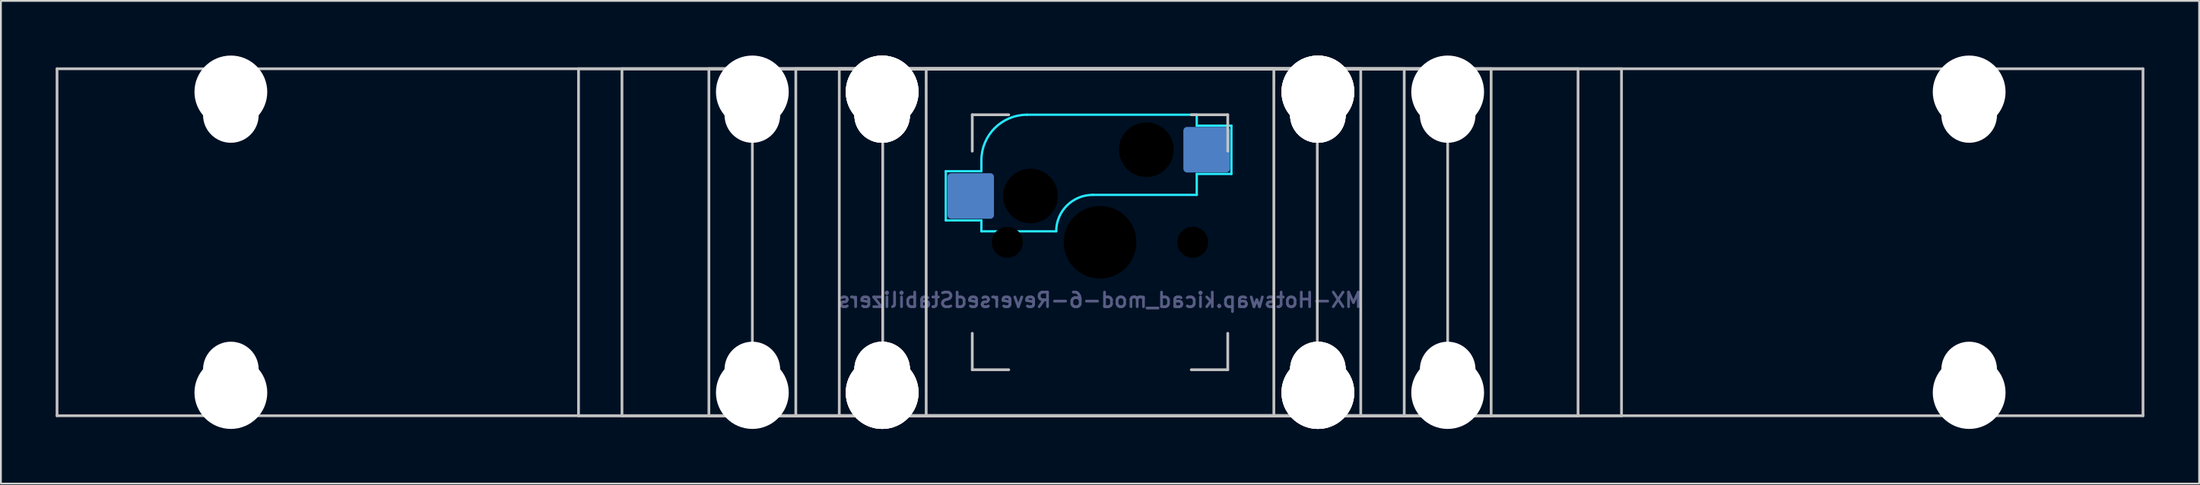
<source format=kicad_pcb>
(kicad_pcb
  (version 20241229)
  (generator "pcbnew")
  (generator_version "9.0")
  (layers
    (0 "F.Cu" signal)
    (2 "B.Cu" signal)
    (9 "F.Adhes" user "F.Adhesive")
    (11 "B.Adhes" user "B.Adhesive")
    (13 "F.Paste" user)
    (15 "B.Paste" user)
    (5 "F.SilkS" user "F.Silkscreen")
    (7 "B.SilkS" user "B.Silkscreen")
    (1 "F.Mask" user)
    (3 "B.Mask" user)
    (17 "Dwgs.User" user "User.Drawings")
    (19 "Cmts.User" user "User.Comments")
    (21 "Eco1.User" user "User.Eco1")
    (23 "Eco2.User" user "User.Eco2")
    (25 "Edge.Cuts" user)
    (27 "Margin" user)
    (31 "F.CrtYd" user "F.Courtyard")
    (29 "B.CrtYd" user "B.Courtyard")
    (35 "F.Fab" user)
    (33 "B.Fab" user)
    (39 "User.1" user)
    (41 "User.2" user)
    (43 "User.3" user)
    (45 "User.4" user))
  (footprint "MX-Hotswap.kicad_mod-6-ReversedStabilizers"
    (layer "F.Cu")
    (at 57.225 10.249)
    (property "Reference" "MX-Hotswap.kicad_mod-6-ReversedStabilizers" (at 0 3.175 0) (layer "B.Fab") (effects (font (size 0.8 0.8) (thickness 0.15)) (justify mirror)))
    (attr smd)
    (fp_line (start -57.15 9.525) (end -57.15 -9.525) (stroke (width 0.15) (type solid)) (layer "Dwgs.User"))
    (fp_line (start -28.575 9.525) (end -28.575 -9.525) (stroke (width 0.15) (type solid)) (layer "Dwgs.User"))
    (fp_line (start -26.194 9.525) (end -26.194 -9.525) (stroke (width 0.15) (type solid)) (layer "Dwgs.User"))
    (fp_line (start -21.431 9.525) (end -21.431 -9.525) (stroke (width 0.15) (type solid)) (layer "Dwgs.User"))
    (fp_line (start -19.05 9.525) (end -19.05 -9.525) (stroke (width 0.15) (type solid)) (layer "Dwgs.User"))
    (fp_line (start -16.669 9.525) (end -16.669 -9.525) (stroke (width 0.15) (type solid)) (layer "Dwgs.User"))
    (fp_line (start -14.287 9.525) (end -14.287 -9.525) (stroke (width 0.15) (type solid)) (layer "Dwgs.User"))
    (fp_line (start -11.906 9.525) (end -11.906 -9.525) (stroke (width 0.15) (type solid)) (layer "Dwgs.User"))
    (fp_line (start -9.525 9.525) (end -9.525 -9.525) (stroke (width 0.15) (type solid)) (layer "Dwgs.User"))
    (fp_line (start -7 -7) (end -7 -5) (stroke (width 0.15) (type solid)) (layer "Dwgs.User"))
    (fp_line (start -7 5) (end -7 7) (stroke (width 0.15) (type solid)) (layer "Dwgs.User"))
    (fp_line (start -7 7) (end -5 7) (stroke (width 0.15) (type solid)) (layer "Dwgs.User"))
    (fp_line (start -5 -7) (end -7 -7) (stroke (width 0.15) (type solid)) (layer "Dwgs.User"))
    (fp_line (start 5 -7) (end 7 -7) (stroke (width 0.15) (type solid)) (layer "Dwgs.User"))
    (fp_line (start 5 7) (end 7 7) (stroke (width 0.15) (type solid)) (layer "Dwgs.User"))
    (fp_line (start 7 -7) (end 7 -5) (stroke (width 0.15) (type solid)) (layer "Dwgs.User"))
    (fp_line (start 7 7) (end 7 5) (stroke (width 0.15) (type solid)) (layer "Dwgs.User"))
    (fp_line (start 9.525 -9.525) (end -9.525 -9.525) (stroke (width 0.15) (type solid)) (layer "Dwgs.User"))
    (fp_line (start 9.525 9.525) (end -9.525 9.525) (stroke (width 0.15) (type solid)) (layer "Dwgs.User"))
    (fp_line (start 9.525 9.525) (end 9.525 -9.525) (stroke (width 0.15) (type solid)) (layer "Dwgs.User"))
    (fp_line (start 11.906 -9.525) (end -11.906 -9.525) (stroke (width 0.15) (type solid)) (layer "Dwgs.User"))
    (fp_line (start 11.906 9.525) (end -11.906 9.525) (stroke (width 0.15) (type solid)) (layer "Dwgs.User"))
    (fp_line (start 11.906 9.525) (end 11.906 -9.525) (stroke (width 0.15) (type solid)) (layer "Dwgs.User"))
    (fp_line (start 14.287 -9.525) (end -14.287 -9.525) (stroke (width 0.15) (type solid)) (layer "Dwgs.User"))
    (fp_line (start 14.287 9.525) (end -14.287 9.525) (stroke (width 0.15) (type solid)) (layer "Dwgs.User"))
    (fp_line (start 14.287 9.525) (end 14.287 -9.525) (stroke (width 0.15) (type solid)) (layer "Dwgs.User"))
    (fp_line (start 16.669 -9.525) (end -16.669 -9.525) (stroke (width 0.15) (type solid)) (layer "Dwgs.User"))
    (fp_line (start 16.669 9.525) (end -16.669 9.525) (stroke (width 0.15) (type solid)) (layer "Dwgs.User"))
    (fp_line (start 16.669 9.525) (end 16.669 -9.525) (stroke (width 0.15) (type solid)) (layer "Dwgs.User"))
    (fp_line (start 19.05 -9.525) (end -19.05 -9.525) (stroke (width 0.15) (type solid)) (layer "Dwgs.User"))
    (fp_line (start 19.05 9.525) (end -19.05 9.525) (stroke (width 0.15) (type solid)) (layer "Dwgs.User"))
    (fp_line (start 19.05 9.525) (end 19.05 -9.525) (stroke (width 0.15) (type solid)) (layer "Dwgs.User"))
    (fp_line (start 21.431 -9.525) (end -21.431 -9.525) (stroke (width 0.15) (type solid)) (layer "Dwgs.User"))
    (fp_line (start 21.431 9.525) (end -21.431 9.525) (stroke (width 0.15) (type solid)) (layer "Dwgs.User"))
    (fp_line (start 21.431 9.525) (end 21.431 -9.525) (stroke (width 0.15) (type solid)) (layer "Dwgs.User"))
    (fp_line (start 26.194 -9.525) (end -26.194 -9.525) (stroke (width 0.15) (type solid)) (layer "Dwgs.User"))
    (fp_line (start 26.194 9.525) (end -26.194 9.525) (stroke (width 0.15) (type solid)) (layer "Dwgs.User"))
    (fp_line (start 26.194 9.525) (end 26.194 -9.525) (stroke (width 0.15) (type solid)) (layer "Dwgs.User"))
    (fp_line (start 28.575 -9.525) (end -28.575 -9.525) (stroke (width 0.15) (type solid)) (layer "Dwgs.User"))
    (fp_line (start 28.575 9.525) (end -28.575 9.525) (stroke (width 0.15) (type solid)) (layer "Dwgs.User"))
    (fp_line (start 28.575 9.525) (end 28.575 -9.525) (stroke (width 0.15) (type solid)) (layer "Dwgs.User"))
    (fp_line (start 57.15 -9.525) (end -57.15 -9.525) (stroke (width 0.15) (type solid)) (layer "Dwgs.User"))
    (fp_line (start 57.15 9.525) (end -57.15 9.525) (stroke (width 0.15) (type solid)) (layer "Dwgs.User"))
    (fp_line (start 57.15 9.525) (end 57.15 -9.525) (stroke (width 0.15) (type solid)) (layer "Dwgs.User"))
    (fp_line (start -8.45 -3.9) (end -8.45 -1.2) (stroke (width 0.127) (type solid)) (layer "B.CrtYd"))
    (fp_line (start -8.45 -1.2) (end -6.5 -1.2) (stroke (width 0.127) (type solid)) (layer "B.CrtYd"))
    (fp_line (start -6.5 -4.5) (end -6.5 -3.9) (stroke (width 0.127) (type solid)) (layer "B.CrtYd"))
    (fp_line (start -6.5 -3.9) (end -8.45 -3.9) (stroke (width 0.127) (type solid)) (layer "B.CrtYd"))
    (fp_line (start -6.5 -0.6) (end -6.5 -1.2) (stroke (width 0.127) (type solid)) (layer "B.CrtYd"))
    (fp_line (start -6.5 -0.6) (end -2.4 -0.6) (stroke (width 0.127) (type solid)) (layer "B.CrtYd"))
    (fp_line (start -0.4 -2.6) (end 5.3 -2.6) (stroke (width 0.127) (type solid)) (layer "B.CrtYd"))
    (fp_line (start 5.3 -7) (end -4 -7) (stroke (width 0.127) (type solid)) (layer "B.CrtYd"))
    (fp_line (start 5.3 -7) (end 5.3 -6.4) (stroke (width 0.127) (type solid)) (layer "B.CrtYd"))
    (fp_line (start 5.3 -6.4) (end 7.2 -6.4) (stroke (width 0.127) (type solid)) (layer "B.CrtYd"))
    (fp_line (start 5.3 -2.6) (end 5.3 -3.75) (stroke (width 0.127) (type solid)) (layer "B.CrtYd"))
    (fp_line (start 7.2 -6.4) (end 7.2 -3.75) (stroke (width 0.127) (type solid)) (layer "B.CrtYd"))
    (fp_line (start 7.2 -3.75) (end 5.3 -3.75) (stroke (width 0.127) (type solid)) (layer "B.CrtYd"))
    (fp_arc (start -6.5 -4.5) (mid -5.767767 -6.267767) (end -4 -7) (stroke (width 0.127) (type solid)) (layer "B.CrtYd"))
    (fp_arc (start -2.4 -0.6) (mid -1.814214 -2.014214) (end -0.4 -2.6) (stroke (width 0.127) (type solid)) (layer "B.CrtYd"))
    (pad "" np_thru_hole circle (at -47.625 -8.255) (size 3.988 3.988) (drill 3.988) (layers "*.Cu" "*.Mask"))
    (pad "" np_thru_hole circle (at -47.625 -6.985) (size 3.048 3.048) (drill 3.048) (layers "*.Cu" "*.Mask"))
    (pad "" np_thru_hole circle (at -47.625 6.985) (size 3.048 3.048) (drill 3.048) (layers "*.Cu" "*.Mask"))
    (pad "" np_thru_hole circle (at -47.625 8.255) (size 3.988 3.988) (drill 3.988) (layers "*.Cu" "*.Mask"))
    (pad "" np_thru_hole circle (at -19.05 -8.255) (size 3.988 3.988) (drill 3.988) (layers "*.Cu" "*.Mask"))
    (pad "" np_thru_hole circle (at -19.05 -6.985) (size 3.048 3.048) (drill 3.048) (layers "*.Cu" "*.Mask"))
    (pad "" np_thru_hole circle (at -19.05 6.985) (size 3.048 3.048) (drill 3.048) (layers "*.Cu" "*.Mask"))
    (pad "" np_thru_hole circle (at -19.05 8.255) (size 3.988 3.988) (drill 3.988) (layers "*.Cu" "*.Mask"))
    (pad "" np_thru_hole circle (at -11.938 -8.255) (size 3.988 3.988) (drill 3.988) (layers "*.Cu" "*.Mask"))
    (pad "" np_thru_hole circle (at -11.938 -8.255) (size 3.988 3.988) (drill 3.988) (layers "*.Cu" "*.Mask"))
    (pad "" np_thru_hole circle (at -11.938 -8.255) (size 3.988 3.988) (drill 3.988) (layers "*.Cu" "*.Mask"))
    (pad "" np_thru_hole circle (at -11.938 -6.985) (size 3.048 3.048) (drill 3.048) (layers "*.Cu" "*.Mask"))
    (pad "" np_thru_hole circle (at -11.938 -6.985) (size 3.048 3.048) (drill 3.048) (layers "*.Cu" "*.Mask"))
    (pad "" np_thru_hole circle (at -11.938 -6.985) (size 3.048 3.048) (drill 3.048) (layers "*.Cu" "*.Mask"))
    (pad "" np_thru_hole circle (at -11.938 6.985) (size 3.048 3.048) (drill 3.048) (layers "*.Cu" "*.Mask"))
    (pad "" np_thru_hole circle (at -11.938 6.985) (size 3.048 3.048) (drill 3.048) (layers "*.Cu" "*.Mask"))
    (pad "" np_thru_hole circle (at -11.938 6.985) (size 3.048 3.048) (drill 3.048) (layers "*.Cu" "*.Mask"))
    (pad "" np_thru_hole circle (at -11.938 8.255) (size 3.988 3.988) (drill 3.988) (layers "*.Cu" "*.Mask"))
    (pad "" np_thru_hole circle (at -11.938 8.255) (size 3.988 3.988) (drill 3.988) (layers "*.Cu" "*.Mask"))
    (pad "" np_thru_hole circle (at -11.938 8.255) (size 3.988 3.988) (drill 3.988) (layers "*.Cu" "*.Mask"))
    (pad "" np_thru_hole circle (at -5.08 0 48.099) (size 1.702 1.702) (drill 1.702) (layers "*.Mask"))
    (pad "" np_thru_hole circle (at -3.81 -2.54) (size 3 3) (drill 3) (layers "*.Mask"))
    (pad "" np_thru_hole circle (at 0 0) (size 3.988 3.988) (drill 3.988) (layers "*.Mask"))
    (pad "" np_thru_hole circle (at 2.54 -5.08) (size 3 3) (drill 3) (layers "*.Mask"))
    (pad "" np_thru_hole circle (at 5.08 0 48.099) (size 1.702 1.702) (drill 1.702) (layers "*.Mask"))
    (pad "" np_thru_hole circle (at 11.938 -8.255) (size 3.988 3.988) (drill 3.988) (layers "*.Cu" "*.Mask"))
    (pad "" np_thru_hole circle (at 11.938 -8.255) (size 3.988 3.988) (drill 3.988) (layers "*.Cu" "*.Mask"))
    (pad "" np_thru_hole circle (at 11.938 -8.255) (size 3.988 3.988) (drill 3.988) (layers "*.Cu" "*.Mask"))
    (pad "" np_thru_hole circle (at 11.938 -6.985) (size 3.048 3.048) (drill 3.048) (layers "*.Cu" "*.Mask"))
    (pad "" np_thru_hole circle (at 11.938 -6.985) (size 3.048 3.048) (drill 3.048) (layers "*.Cu" "*.Mask"))
    (pad "" np_thru_hole circle (at 11.938 -6.985) (size 3.048 3.048) (drill 3.048) (layers "*.Cu" "*.Mask"))
    (pad "" np_thru_hole circle (at 11.938 6.985) (size 3.048 3.048) (drill 3.048) (layers "*.Cu" "*.Mask"))
    (pad "" np_thru_hole circle (at 11.938 6.985) (size 3.048 3.048) (drill 3.048) (layers "*.Cu" "*.Mask"))
    (pad "" np_thru_hole circle (at 11.938 6.985) (size 3.048 3.048) (drill 3.048) (layers "*.Cu" "*.Mask"))
    (pad "" np_thru_hole circle (at 11.938 8.255) (size 3.988 3.988) (drill 3.988) (layers "*.Cu" "*.Mask"))
    (pad "" np_thru_hole circle (at 11.938 8.255) (size 3.988 3.988) (drill 3.988) (layers "*.Cu" "*.Mask"))
    (pad "" np_thru_hole circle (at 11.938 8.255) (size 3.988 3.988) (drill 3.988) (layers "*.Cu" "*.Mask"))
    (pad "" np_thru_hole circle (at 19.05 -8.255) (size 3.988 3.988) (drill 3.988) (layers "*.Cu" "*.Mask"))
    (pad "" np_thru_hole circle (at 19.05 -6.985) (size 3.048 3.048) (drill 3.048) (layers "*.Cu" "*.Mask"))
    (pad "" np_thru_hole circle (at 19.05 6.985) (size 3.048 3.048) (drill 3.048) (layers "*.Cu" "*.Mask"))
    (pad "" np_thru_hole circle (at 19.05 8.255) (size 3.988 3.988) (drill 3.988) (layers "*.Cu" "*.Mask"))
    (pad "" np_thru_hole circle (at 47.625 -8.255) (size 3.988 3.988) (drill 3.988) (layers "*.Cu" "*.Mask"))
    (pad "" np_thru_hole circle (at 47.625 -6.985) (size 3.048 3.048) (drill 3.048) (layers "*.Cu" "*.Mask"))
    (pad "" np_thru_hole circle (at 47.625 6.985) (size 3.048 3.048) (drill 3.048) (layers "*.Cu" "*.Mask"))
    (pad "" np_thru_hole circle (at 47.625 8.255) (size 3.988 3.988) (drill 3.988) (layers "*.Cu" "*.Mask"))
    (pad "1" smd roundrect (at -7.085 -2.54) (size 2.55 2.5) (layers "B.Cu" "B.Mask" "B.Paste") (roundrect_rratio 0.08))
    (pad "2" smd roundrect (at 5.842 -5.08) (size 2.55 2.5) (layers "B.Cu" "B.Mask" "B.Paste") (roundrect_rratio 0.08)))
  (gr_rect
    (start -3 -3)
    (end 117.45 23.498)
    (stroke (width 0.1) (type default))
    (fill no)
    (layer "Edge.Cuts")))
</source>
